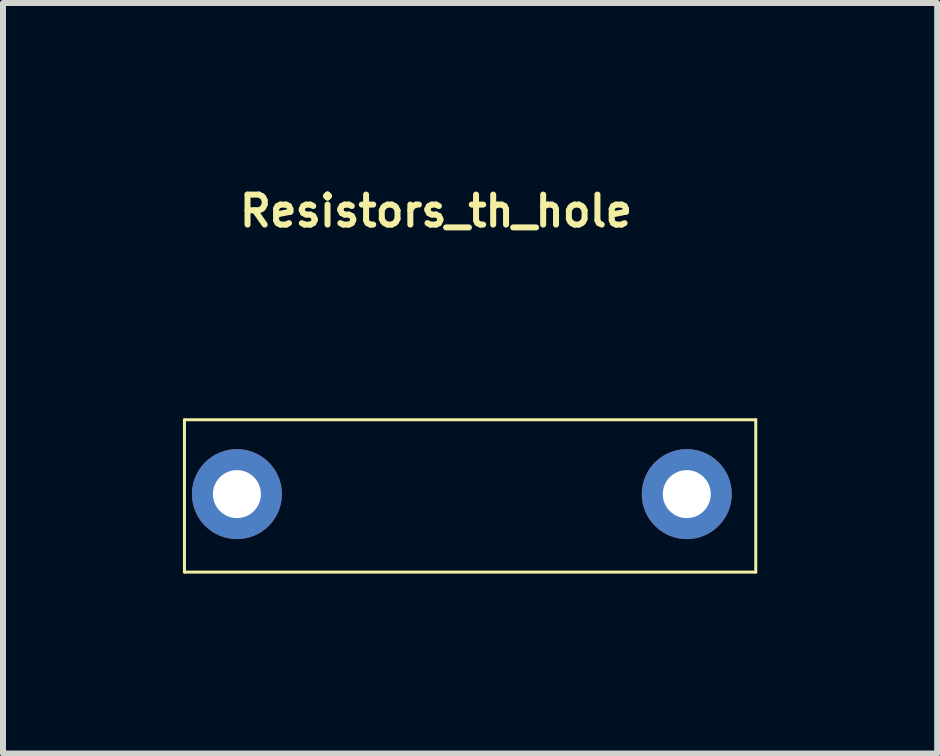
<source format=kicad_pcb>
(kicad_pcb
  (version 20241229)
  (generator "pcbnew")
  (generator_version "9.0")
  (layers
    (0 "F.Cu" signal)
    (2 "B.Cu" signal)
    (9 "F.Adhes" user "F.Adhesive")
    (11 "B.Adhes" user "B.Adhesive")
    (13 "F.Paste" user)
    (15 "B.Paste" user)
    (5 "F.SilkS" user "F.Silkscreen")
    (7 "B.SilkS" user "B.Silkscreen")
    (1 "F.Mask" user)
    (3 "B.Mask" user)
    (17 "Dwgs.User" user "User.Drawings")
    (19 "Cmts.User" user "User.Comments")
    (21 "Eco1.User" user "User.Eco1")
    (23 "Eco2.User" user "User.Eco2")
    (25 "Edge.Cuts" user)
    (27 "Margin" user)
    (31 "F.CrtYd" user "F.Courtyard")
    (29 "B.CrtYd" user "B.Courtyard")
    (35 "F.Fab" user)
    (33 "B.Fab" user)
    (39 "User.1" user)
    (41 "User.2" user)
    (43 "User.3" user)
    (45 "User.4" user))
  (footprint "Resistors_th_hole"
    (layer "F.Cu")
    (at 4.47 5.218)
    (property "Reference" "Resistors_th_hole" (at -0.25 -4.75 0) (layer "F.SilkS") (effects (font (size 0.5 0.5) (thickness 0.1))))
    (attr through_hole)
    (fp_line (start -4.445 -1.27) (end 5.08 -1.27) (stroke (width 0.05) (type solid)) (layer "F.SilkS"))
    (fp_line (start -4.445 1.27) (end -4.445 -1.27) (stroke (width 0.05) (type solid)) (layer "F.SilkS"))
    (fp_line (start 5.08 -1.27) (end 5.08 1.27) (stroke (width 0.05) (type solid)) (layer "F.SilkS"))
    (fp_line (start 5.08 1.27) (end -4.445 1.27) (stroke (width 0.05) (type solid)) (layer "F.SilkS"))
    (pad "1" thru_hole circle (at -3.57 -0.03) (size 1.5 1.5) (drill 0.8) (layers "*.Cu" "*.Mask"))
    (pad "2" thru_hole circle (at 3.93 -0.03) (size 1.5 1.5) (drill 0.8) (layers "*.Cu" "*.Mask")))
  (gr_rect
    (start -3 -3)
    (end 12.575 9.513)
    (stroke (width 0.1) (type default))
    (fill no)
    (layer "Edge.Cuts")))
</source>
